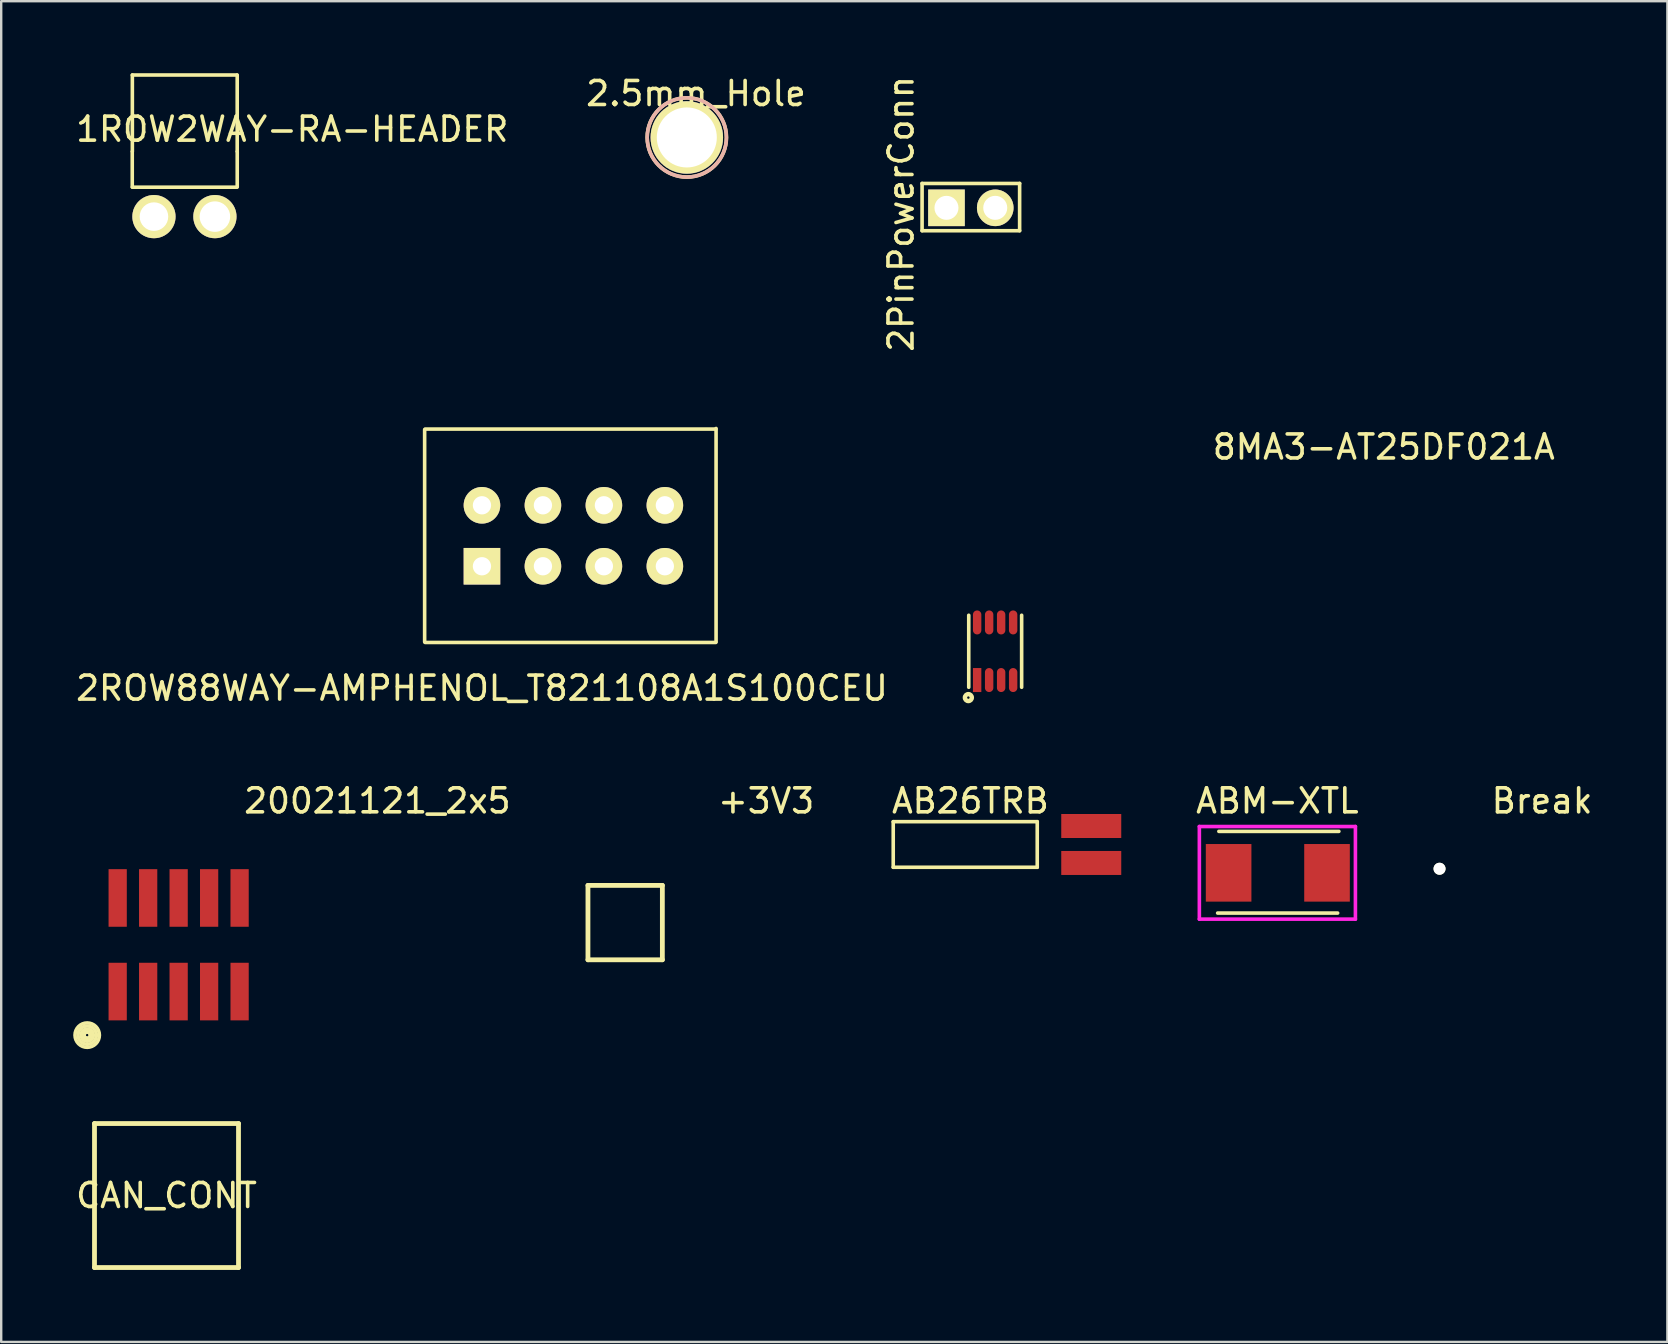
<source format=kicad_pcb>
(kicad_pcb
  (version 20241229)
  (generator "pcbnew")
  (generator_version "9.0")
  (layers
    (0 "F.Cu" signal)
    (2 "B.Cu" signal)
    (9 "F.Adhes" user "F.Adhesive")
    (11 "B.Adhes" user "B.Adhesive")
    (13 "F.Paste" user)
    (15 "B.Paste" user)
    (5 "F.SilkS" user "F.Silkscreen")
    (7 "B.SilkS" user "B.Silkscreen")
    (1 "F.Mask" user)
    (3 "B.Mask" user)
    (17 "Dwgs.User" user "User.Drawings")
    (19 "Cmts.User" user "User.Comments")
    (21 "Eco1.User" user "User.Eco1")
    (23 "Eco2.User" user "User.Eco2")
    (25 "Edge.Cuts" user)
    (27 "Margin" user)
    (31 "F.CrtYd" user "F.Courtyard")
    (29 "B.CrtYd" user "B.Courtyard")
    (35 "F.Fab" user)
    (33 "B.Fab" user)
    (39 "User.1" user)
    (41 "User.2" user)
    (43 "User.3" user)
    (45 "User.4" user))
  (footprint "2PinPowerConn"
    (layer "F.Cu")
    (at 36.383 5.609)
    (property "Reference" "2PinPowerConn" (at -1.892 0.254 270) (layer "F.SilkS") (effects (font (size 1 1) (thickness 0.15))))
    (attr through_hole)
    (fp_line (start -1.016 -1.016) (end 3.048 -1.016) (stroke (width 0.15) (type solid)) (layer "F.SilkS"))
    (fp_line (start -1.016 0.953) (end -1.016 -1.016) (stroke (width 0.15) (type solid)) (layer "F.SilkS"))
    (fp_line (start 3.048 -1.016) (end 3.048 0.953) (stroke (width 0.15) (type solid)) (layer "F.SilkS"))
    (fp_line (start 3.048 0.953) (end -1.016 0.953) (stroke (width 0.15) (type solid)) (layer "F.SilkS"))
    (pad "1" thru_hole rect (at 0 0) (size 1.524 1.524) (drill 1) (layers "*.Cu" "*.Mask" "F.SilkS"))
    (pad "2" thru_hole circle (at 2.032 0) (size 1.524 1.524) (drill 1) (layers "*.Cu" "*.Mask" "F.SilkS")))
  (footprint "CAN_CONT"
    (layer "F.Cu")
    (at 3.887 46.76)
    (property "Reference" "CAN_CONT" (at 0 0 0) (layer "F.SilkS") (effects (font (size 1 1) (thickness 0.15))))
    (attr through_hole)
    (fp_line (start -3 -3) (end 3 -3) (stroke (width 0.2) (type solid)) (layer "F.SilkS"))
    (fp_line (start -3 3) (end -3 -3) (stroke (width 0.2) (type solid)) (layer "F.SilkS"))
    (fp_line (start 3 -3) (end 3 3) (stroke (width 0.2) (type solid)) (layer "F.SilkS"))
    (fp_line (start 3 3) (end -3 3) (stroke (width 0.2) (type solid)) (layer "F.SilkS")))
  (footprint "2ROW88WAY-AMPHENOL_T821108A1S100CEU"
    (layer "F.Cu")
    (at 17.03 19.272)
    (property "Reference" "2ROW88WAY-AMPHENOL_T821108A1S100CEU" (at 0 6.35 0) (layer "F.SilkS") (effects (font (size 1 1) (thickness 0.15))))
    (attr through_hole)
    (fp_line (start -2.388 -4.42) (end -2.388 4.42) (stroke (width 0.15) (type solid)) (layer "F.SilkS"))
    (fp_line (start -2.368 -4.445) (end 9.742 -4.445) (stroke (width 0.15) (type solid)) (layer "F.SilkS"))
    (fp_line (start -2.368 4.445) (end 9.742 4.445) (stroke (width 0.15) (type solid)) (layer "F.SilkS"))
    (fp_line (start 9.754 -4.47) (end 9.754 4.42) (stroke (width 0.15) (type solid)) (layer "F.SilkS"))
    (pad "1" thru_hole rect (at 0 1.27) (size 1.524 1.524) (drill 0.762) (layers "*.Cu" "*.Mask" "F.SilkS"))
    (pad "2" thru_hole oval (at 0 -1.27) (size 1.524 1.524) (drill 0.762) (layers "*.Cu" "*.Mask" "F.SilkS"))
    (pad "3" thru_hole circle (at 2.54 1.27) (size 1.524 1.524) (drill 0.762) (layers "*.Cu" "*.Mask" "F.SilkS"))
    (pad "4" thru_hole circle (at 2.54 -1.27) (size 1.524 1.524) (drill 0.762) (layers "*.Cu" "*.Mask" "F.SilkS"))
    (pad "5" thru_hole circle (at 5.08 1.27) (size 1.524 1.524) (drill 0.762) (layers "*.Cu" "*.Mask" "F.SilkS"))
    (pad "6" thru_hole circle (at 5.08 -1.27) (size 1.524 1.524) (drill 0.762) (layers "*.Cu" "*.Mask" "F.SilkS"))
    (pad "7" thru_hole circle (at 7.62 1.27) (size 1.524 1.524) (drill 0.762) (layers "*.Cu" "*.Mask" "F.SilkS"))
    (pad "8" thru_hole circle (at 7.62 -1.27) (size 1.524 1.524) (drill 0.762) (layers "*.Cu" "*.Mask" "F.SilkS")))
  (footprint "Break"
    (layer "F.Cu")
    (at 56.926 33.145)
    (property "Reference" "Break" (at 4.272 -2.827 0) (layer "F.SilkS") (effects (font (size 1 1) (thickness 0.15))))
    (attr through_hole)
    (pad "" np_thru_hole circle (at 0 0) (size 0.5 0.5) (drill 0.5) (layers "*.Cu" "*.Mask" "F.SilkS")))
  (footprint "AB26TRB"
    (layer "F.Cu")
    (at 37.165 32.134)
    (property "Reference" "AB26TRB" (at 0.216 -1.816 0) (layer "F.SilkS") (effects (font (size 1 1) (thickness 0.15))))
    (attr through_hole)
    (fp_line (start -3 -0.95) (end -3 0.95) (stroke (width 0.15) (type solid)) (layer "F.SilkS"))
    (fp_line (start -3 0.95) (end 3 0.95) (stroke (width 0.15) (type solid)) (layer "F.SilkS"))
    (fp_line (start 3 -0.95) (end -3 -0.95) (stroke (width 0.15) (type solid)) (layer "F.SilkS"))
    (fp_line (start 3 0.95) (end 3 -0.95) (stroke (width 0.15) (type solid)) (layer "F.SilkS"))
    (pad "1" smd rect (at 5.25 -0.77) (size 2.5 1) (layers "F.Cu" "F.Mask" "F.Paste"))
    (pad "2" smd rect (at 5.25 0.77) (size 2.5 1) (layers "F.Cu" "F.Mask" "F.Paste")))
  (footprint "ABM-XTL"
    (layer "F.Cu")
    (at 48.138 33.315)
    (property "Reference" "ABM-XTL" (at 2.032 -2.997 0) (layer "F.SilkS") (effects (font (size 1 1) (thickness 0.15))))
    (attr through_hole)
    (fp_line (start -0.457 1.676) (end 4.543 1.676) (stroke (width 0.15) (type solid)) (layer "F.SilkS"))
    (fp_line (start -0.406 -1.727) (end 4.594 -1.727) (stroke (width 0.15) (type solid)) (layer "F.SilkS"))
    (fp_line (start -1.219 -1.93) (end 5.283 -1.93) (stroke (width 0.15) (type solid)) (layer "F.CrtYd"))
    (fp_line (start -1.219 1.93) (end -1.219 -1.93) (stroke (width 0.15) (type solid)) (layer "F.CrtYd"))
    (fp_line (start 5.283 -1.93) (end 5.283 1.93) (stroke (width 0.15) (type solid)) (layer "F.CrtYd"))
    (fp_line (start 5.283 1.93) (end -1.219 1.93) (stroke (width 0.15) (type solid)) (layer "F.CrtYd"))
    (pad "1" smd rect (at 0 0) (size 1.9 2.4) (layers "F.Cu" "F.Mask" "F.Paste"))
    (pad "2" smd rect (at 4.1 0) (size 1.9 2.4) (layers "F.Cu" "F.Mask" "F.Paste")))
  (footprint "2.5mm_Hole"
    (layer "F.Cu")
    (at 25.565 2.677)
    (property "Reference" "2.5mm_Hole" (at 0.381 -1.829 0) (layer "F.SilkS") (effects (font (size 1 1) (thickness 0.15))))
    (attr through_hole)
    (fp_circle (center 0 0) (end 1.651 0) (stroke (width 0.15) (type solid)) (fill no) (layer "F.SilkS"))
    (fp_circle (center 0 0) (end 1.651 0) (stroke (width 0.15) (type solid)) (fill no) (layer "B.SilkS"))
    (pad "1" thru_hole circle (at 0 0) (size 3.02 3.02) (drill 2.5) (layers "*.Cu" "*.Mask" "F.SilkS")))
  (footprint "8MA3-AT25DF021A"
    (layer "F.Cu")
    (at 38.411 24.083)
    (property "Reference" "8MA3-AT25DF021A" (at 16.192 -8.509 0) (layer "F.SilkS") (effects (font (size 1 1) (thickness 0.15))))
    (attr through_hole)
    (fp_line (start -1.1 1.501) (end -1.1 -1.499) (stroke (width 0.15) (type solid)) (layer "F.SilkS"))
    (fp_line (start 1.104 -1.499) (end 1.104 1.501) (stroke (width 0.15) (type solid)) (layer "F.SilkS"))
    (fp_circle (center -1.116 1.931) (end -1.065 1.931) (stroke (width 0.15) (type solid)) (fill no) (layer "F.SilkS"))
    (fp_circle (center -1.116 1.931) (end -0.963 1.982) (stroke (width 0.15) (type solid)) (fill no) (layer "F.SilkS"))
    (pad "7" smd rect (at -0.75 1.2) (size 0.35 1) (layers "F.Cu" "F.Mask" "F.Paste"))
    (pad "8" smd oval (at -0.25 1.2) (size 0.35 1) (layers "F.Cu" "F.Mask" "F.Paste"))
    (pad "9" smd oval (at 0.25 1.2) (size 0.35 1) (layers "F.Cu" "F.Mask" "F.Paste"))
    (pad "10" smd oval (at 0.75 1.2) (size 0.35 1) (layers "F.Cu" "F.Mask" "F.Paste"))
    (pad "11" smd oval (at 0.75 -1.2) (size 0.35 1) (layers "F.Cu" "F.Mask" "F.Paste"))
    (pad "12" smd oval (at 0.25 -1.2) (size 0.35 1) (layers "F.Cu" "F.Mask" "F.Paste"))
    (pad "13" smd oval (at -0.25 -1.2) (size 0.35 1) (layers "F.Cu" "F.Mask" "F.Paste"))
    (pad "14" smd oval (at -0.75 -1.2) (size 0.35 1) (layers "F.Cu" "F.Mask" "F.Paste")))
  (footprint "1ROW2WAY-RA-HEADER"
    (layer "F.Cu")
    (at 3.364 5.975)
    (property "Reference" "1ROW2WAY-RA-HEADER" (at 5.761 -3.642 0) (layer "F.SilkS") (effects (font (size 1 1) (thickness 0.15))))
    (attr through_hole)
    (fp_line (start -0.904 -2.708) (end -0.904 -1.234) (stroke (width 0.15) (type solid)) (layer "F.SilkS"))
    (fp_line (start -0.9 -5.9) (end 3.45 -5.9) (stroke (width 0.15) (type solid)) (layer "F.SilkS"))
    (fp_line (start -0.9 -2.72) (end -0.9 -5.9) (stroke (width 0.15) (type solid)) (layer "F.SilkS"))
    (fp_line (start -0.9 -1.226) (end 3.45 -1.226) (stroke (width 0.15) (type solid)) (layer "F.SilkS"))
    (fp_line (start 3.469 -2.72) (end 3.469 -5.9) (stroke (width 0.15) (type solid)) (layer "F.SilkS"))
    (fp_line (start 3.47 -2.708) (end 3.47 -1.234) (stroke (width 0.15) (type solid)) (layer "F.SilkS"))
    (pad "1" thru_hole circle (at 0 0) (size 1.8 1.8) (drill 1.19) (layers "*.Cu" "*.Mask" "F.SilkS"))
    (pad "2" thru_hole circle (at 2.54 0) (size 1.8 1.8) (drill 1.27) (layers "*.Cu" "*.Mask" "F.SilkS")))
  (footprint "20021121_2x5"
    (layer "F.Cu")
    (at 4.393 36.312)
    (property "Reference" "20021121_2x5" (at 8.28 -5.994 0) (layer "F.SilkS") (effects (font (size 1 1) (thickness 0.15))))
    (attr through_hole)
    (fp_circle (center -3.81 3.765) (end -3.747 3.765) (stroke (width 0.15) (type solid)) (fill no) (layer "F.SilkS"))
    (fp_circle (center -3.81 3.765) (end -3.683 3.765) (stroke (width 0.15) (type solid)) (fill no) (layer "F.SilkS"))
    (fp_circle (center -3.81 3.765) (end -3.556 3.765) (stroke (width 0.15) (type solid)) (fill no) (layer "F.SilkS"))
    (fp_circle (center -3.81 3.765) (end -3.429 3.765) (stroke (width 0.15) (type solid)) (fill no) (layer "F.SilkS"))
    (fp_circle (center -3.81 3.765) (end -3.302 3.765) (stroke (width 0.15) (type solid)) (fill no) (layer "F.SilkS"))
    (pad "1" smd rect (at -2.54 1.95) (size 0.76 2.4) (layers "F.Cu" "F.Mask" "F.Paste"))
    (pad "2" smd rect (at -2.54 -1.95) (size 0.76 2.4) (layers "F.Cu" "F.Mask" "F.Paste"))
    (pad "3" smd rect (at -1.27 1.95) (size 0.76 2.4) (layers "F.Cu" "F.Mask" "F.Paste"))
    (pad "4" smd rect (at -1.27 -1.95) (size 0.76 2.4) (layers "F.Cu" "F.Mask" "F.Paste"))
    (pad "5" smd rect (at 0 1.95) (size 0.76 2.4) (layers "F.Cu" "F.Mask" "F.Paste"))
    (pad "6" smd rect (at 0 -1.95) (size 0.76 2.4) (layers "F.Cu" "F.Mask" "F.Paste"))
    (pad "7" smd rect (at 1.27 1.95) (size 0.76 2.4) (layers "F.Cu" "F.Mask" "F.Paste"))
    (pad "8" smd rect (at 1.27 -1.95) (size 0.76 2.4) (layers "F.Cu" "F.Mask" "F.Paste"))
    (pad "9" smd rect (at 2.54 1.95) (size 0.76 2.4) (layers "F.Cu" "F.Mask" "F.Paste"))
    (pad "10" smd rect (at 2.54 -1.95) (size 0.76 2.4) (layers "F.Cu" "F.Mask" "F.Paste")))
  (footprint "+3V3"
    (layer "F.Cu")
    (at 22.996 35.388)
    (property "Reference" "+3V3" (at 5.872 -5.07 0) (layer "F.SilkS") (effects (font (size 1 1) (thickness 0.15))))
    (attr through_hole)
    (fp_line (start -1.55 -1.55) (end 1.55 -1.55) (stroke (width 0.2) (type solid)) (layer "F.SilkS"))
    (fp_line (start -1.55 1.55) (end -1.55 -1.55) (stroke (width 0.2) (type solid)) (layer "F.SilkS"))
    (fp_line (start 1.55 -1.55) (end 1.55 1.55) (stroke (width 0.2) (type solid)) (layer "F.SilkS"))
    (fp_line (start 1.55 1.55) (end -1.55 1.55) (stroke (width 0.2) (type solid)) (layer "F.SilkS")))
  (gr_rect
    (start -3 -3)
    (end 66.419 52.86)
    (stroke (width 0.1) (type default))
    (fill no)
    (layer "Edge.Cuts")))
</source>
